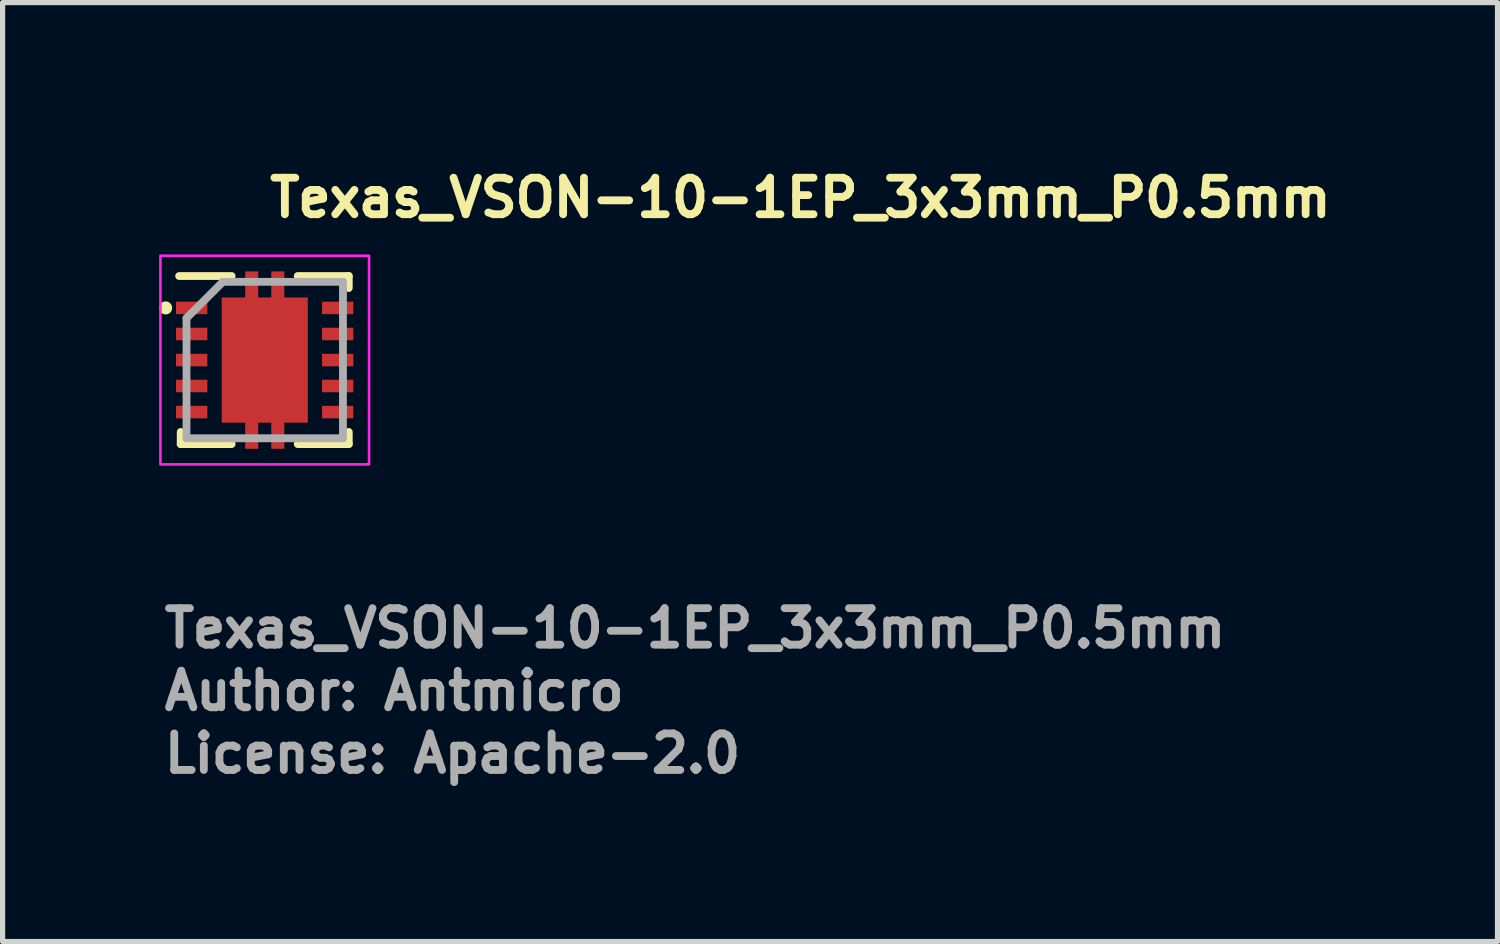
<source format=kicad_pcb>
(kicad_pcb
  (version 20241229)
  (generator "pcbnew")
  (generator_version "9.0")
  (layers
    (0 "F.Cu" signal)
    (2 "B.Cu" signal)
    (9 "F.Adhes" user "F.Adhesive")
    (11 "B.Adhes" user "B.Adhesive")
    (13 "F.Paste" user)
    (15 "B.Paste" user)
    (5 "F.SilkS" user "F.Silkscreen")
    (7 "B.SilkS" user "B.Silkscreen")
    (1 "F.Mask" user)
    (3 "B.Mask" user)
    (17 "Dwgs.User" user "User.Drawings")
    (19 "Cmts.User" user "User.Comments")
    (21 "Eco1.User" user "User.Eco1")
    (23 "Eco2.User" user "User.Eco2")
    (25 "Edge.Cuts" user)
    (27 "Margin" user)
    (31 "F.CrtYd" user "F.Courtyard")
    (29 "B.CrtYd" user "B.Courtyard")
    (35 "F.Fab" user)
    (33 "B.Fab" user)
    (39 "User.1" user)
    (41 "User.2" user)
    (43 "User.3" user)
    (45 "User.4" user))
  (footprint "Texas_VSON-10-1EP_3x3mm_P0.5mm"
    (layer "F.Cu")
    (at 2.025 3.852)
    (property "Reference" "Texas_VSON-10-1EP_3x3mm_P0.5mm" (at 0.02 -2.702 0) (layer "F.SilkS") (effects (font (size 0.7 0.7) (thickness 0.15)) (justify left bottom)))
    (attr smd)
    (fp_line (start -1.641 -1.611) (end -0.635 -1.611) (stroke (width 0.15) (type solid)) (layer "F.SilkS"))
    (fp_line (start -1.611 1.378) (end -1.611 1.61) (stroke (width 0.15) (type solid)) (layer "F.SilkS"))
    (fp_line (start -1.611 1.61) (end -0.635 1.61) (stroke (width 0.15) (type solid)) (layer "F.SilkS"))
    (fp_line (start 0.632 -1.611) (end 1.61 -1.611) (stroke (width 0.15) (type solid)) (layer "F.SilkS"))
    (fp_line (start 0.632 1.61) (end 1.61 1.61) (stroke (width 0.15) (type solid)) (layer "F.SilkS"))
    (fp_line (start 1.61 -1.611) (end 1.61 -1.381) (stroke (width 0.15) (type solid)) (layer "F.SilkS"))
    (fp_line (start 1.61 1.378) (end 1.61 1.61) (stroke (width 0.15) (type solid)) (layer "F.SilkS"))
    (fp_circle (center -1.9 -1) (end -1.85 -1) (stroke (width 0.15) (type solid)) (fill yes) (layer "F.SilkS"))
    (fp_rect (start -2 -2) (end 1.999 1.999) (stroke (width 0.05) (type solid)) (fill no) (layer "F.CrtYd"))
    (fp_line (start -1.5 -0.803) (end -1.5 1.499) (stroke (width 0.15) (type solid)) (layer "F.Fab"))
    (fp_line (start -1.5 -0.803) (end -0.803 -1.5) (stroke (width 0.15) (type solid)) (layer "F.Fab"))
    (fp_line (start -1.5 1.499) (end 1.499 1.499) (stroke (width 0.15) (type solid)) (layer "F.Fab"))
    (fp_line (start -0.803 -1.5) (end 1.499 -1.5) (stroke (width 0.15) (type solid)) (layer "F.Fab"))
    (fp_line (start 1.499 -1.5) (end 1.499 1.499) (stroke (width 0.15) (type solid)) (layer "F.Fab"))
    (fp_rect (start -1.5 -1.5) (end 1.499 1.499) (stroke (width 0.1) (type solid)) (fill no) (layer "User.5"))
    (fp_line (start -1.5 -1.121) (end -1.5 -0.88) (stroke (width 0.02) (type solid)) (layer "User.9"))
    (fp_line (start -1.5 -0.88) (end -1.49 -0.88) (stroke (width 0.02) (type solid)) (layer "User.9"))
    (fp_line (start -1.5 -0.62) (end -1.5 -0.38) (stroke (width 0.02) (type solid)) (layer "User.9"))
    (fp_line (start -1.5 -0.38) (end -1.49 -0.38) (stroke (width 0.02) (type solid)) (layer "User.9"))
    (fp_line (start -1.5 -0.12) (end -1.5 0.119) (stroke (width 0.02) (type solid)) (layer "User.9"))
    (fp_line (start -1.5 0.119) (end -1.49 0.119) (stroke (width 0.02) (type solid)) (layer "User.9"))
    (fp_line (start -1.5 0.378) (end -1.5 0.618) (stroke (width 0.02) (type solid)) (layer "User.9"))
    (fp_line (start -1.5 0.618) (end -1.49 0.618) (stroke (width 0.02) (type solid)) (layer "User.9"))
    (fp_line (start -1.5 0.878) (end -1.5 1.12) (stroke (width 0.02) (type solid)) (layer "User.9"))
    (fp_line (start -1.5 1.12) (end -1.49 1.12) (stroke (width 0.02) (type solid)) (layer "User.9"))
    (fp_line (start -1.49 -1.49) (end -1.49 1.489) (stroke (width 0.02) (type solid)) (layer "User.9"))
    (fp_line (start -1.49 -1.49) (end 1.489 -1.49) (stroke (width 0.02) (type solid)) (layer "User.9"))
    (fp_line (start -1.49 -1.121) (end -1.5 -1.121) (stroke (width 0.02) (type solid)) (layer "User.9"))
    (fp_line (start -1.49 -0.62) (end -1.5 -0.62) (stroke (width 0.02) (type solid)) (layer "User.9"))
    (fp_line (start -1.49 -0.12) (end -1.5 -0.12) (stroke (width 0.02) (type solid)) (layer "User.9"))
    (fp_line (start -1.49 0.378) (end -1.5 0.378) (stroke (width 0.02) (type solid)) (layer "User.9"))
    (fp_line (start -1.49 0.878) (end -1.5 0.878) (stroke (width 0.02) (type solid)) (layer "User.9"))
    (fp_line (start -1.49 1.489) (end 1.489 1.489) (stroke (width 0.02) (type solid)) (layer "User.9"))
    (fp_line (start -1.101 -0.817) (end -1.101 -0.802) (stroke (width 0.02) (type solid)) (layer "User.9"))
    (fp_line (start -1.101 -0.802) (end -1.101 -0.802) (stroke (width 0.02) (type solid)) (layer "User.9"))
    (fp_line (start -1.101 -0.802) (end -1.101 -0.786) (stroke (width 0.02) (type solid)) (layer "User.9"))
    (fp_line (start -1.101 -0.786) (end -1.099 -0.771) (stroke (width 0.02) (type solid)) (layer "User.9"))
    (fp_line (start -1.099 -0.832) (end -1.101 -0.817) (stroke (width 0.02) (type solid)) (layer "User.9"))
    (fp_line (start -1.099 -0.771) (end -1.097 -0.755) (stroke (width 0.02) (type solid)) (layer "User.9"))
    (fp_line (start -1.097 -0.846) (end -1.099 -0.832) (stroke (width 0.02) (type solid)) (layer "User.9"))
    (fp_line (start -1.097 -0.755) (end -1.095 -0.74) (stroke (width 0.02) (type solid)) (layer "User.9"))
    (fp_line (start -1.095 -0.861) (end -1.097 -0.846) (stroke (width 0.02) (type solid)) (layer "User.9"))
    (fp_line (start -1.095 -0.74) (end -1.091 -0.726) (stroke (width 0.02) (type solid)) (layer "User.9"))
    (fp_line (start -1.091 -0.875) (end -1.095 -0.861) (stroke (width 0.02) (type solid)) (layer "User.9"))
    (fp_line (start -1.091 -0.726) (end -1.087 -0.711) (stroke (width 0.02) (type solid)) (layer "User.9"))
    (fp_line (start -1.087 -0.89) (end -1.091 -0.875) (stroke (width 0.02) (type solid)) (layer "User.9"))
    (fp_line (start -1.087 -0.711) (end -1.083 -0.698) (stroke (width 0.02) (type solid)) (layer "User.9"))
    (fp_line (start -1.083 -0.905) (end -1.087 -0.89) (stroke (width 0.02) (type solid)) (layer "User.9"))
    (fp_line (start -1.083 -0.698) (end -1.077 -0.685) (stroke (width 0.02) (type solid)) (layer "User.9"))
    (fp_line (start -1.077 -0.918) (end -1.083 -0.905) (stroke (width 0.02) (type solid)) (layer "User.9"))
    (fp_line (start -1.077 -0.685) (end -1.071 -0.671) (stroke (width 0.02) (type solid)) (layer "User.9"))
    (fp_line (start -1.071 -0.932) (end -1.077 -0.918) (stroke (width 0.02) (type solid)) (layer "User.9"))
    (fp_line (start -1.071 -0.671) (end -1.065 -0.659) (stroke (width 0.02) (type solid)) (layer "User.9"))
    (fp_line (start -1.065 -0.944) (end -1.071 -0.932) (stroke (width 0.02) (type solid)) (layer "User.9"))
    (fp_line (start -1.065 -0.659) (end -1.057 -0.646) (stroke (width 0.02) (type solid)) (layer "User.9"))
    (fp_line (start -1.057 -0.957) (end -1.065 -0.944) (stroke (width 0.02) (type solid)) (layer "User.9"))
    (fp_line (start -1.057 -0.646) (end -1.049 -0.633) (stroke (width 0.02) (type solid)) (layer "User.9"))
    (fp_line (start -1.049 -0.968) (end -1.057 -0.957) (stroke (width 0.02) (type solid)) (layer "User.9"))
    (fp_line (start -1.049 -0.633) (end -1.041 -0.621) (stroke (width 0.02) (type solid)) (layer "User.9"))
    (fp_line (start -1.041 -0.98) (end -1.049 -0.968) (stroke (width 0.02) (type solid)) (layer "User.9"))
    (fp_line (start -1.041 -0.621) (end -1.033 -0.61) (stroke (width 0.02) (type solid)) (layer "User.9"))
    (fp_line (start -1.033 -0.991) (end -1.041 -0.98) (stroke (width 0.02) (type solid)) (layer "User.9"))
    (fp_line (start -1.033 -0.61) (end -1.024 -0.599) (stroke (width 0.02) (type solid)) (layer "User.9"))
    (fp_line (start -1.024 -1.002) (end -1.033 -0.991) (stroke (width 0.02) (type solid)) (layer "User.9"))
    (fp_line (start -1.024 -0.599) (end -1.014 -0.588) (stroke (width 0.02) (type solid)) (layer "User.9"))
    (fp_line (start -1.014 -1.014) (end -1.024 -1.002) (stroke (width 0.02) (type solid)) (layer "User.9"))
    (fp_line (start -1.014 -0.588) (end -1.002 -0.578) (stroke (width 0.02) (type solid)) (layer "User.9"))
    (fp_line (start -1.002 -1.024) (end -1.014 -1.014) (stroke (width 0.02) (type solid)) (layer "User.9"))
    (fp_line (start -1.002 -0.578) (end -0.991 -0.57) (stroke (width 0.02) (type solid)) (layer "User.9"))
    (fp_line (start -0.991 -1.033) (end -1.002 -1.024) (stroke (width 0.02) (type solid)) (layer "User.9"))
    (fp_line (start -0.991 -0.57) (end -0.98 -0.561) (stroke (width 0.02) (type solid)) (layer "User.9"))
    (fp_line (start -0.98 -1.041) (end -0.991 -1.033) (stroke (width 0.02) (type solid)) (layer "User.9"))
    (fp_line (start -0.98 -0.561) (end -0.968 -0.553) (stroke (width 0.02) (type solid)) (layer "User.9"))
    (fp_line (start -0.968 -1.049) (end -0.98 -1.041) (stroke (width 0.02) (type solid)) (layer "User.9"))
    (fp_line (start -0.968 -0.553) (end -0.957 -0.545) (stroke (width 0.02) (type solid)) (layer "User.9"))
    (fp_line (start -0.957 -1.057) (end -0.968 -1.049) (stroke (width 0.02) (type solid)) (layer "User.9"))
    (fp_line (start -0.957 -0.545) (end -0.944 -0.538) (stroke (width 0.02) (type solid)) (layer "User.9"))
    (fp_line (start -0.944 -1.065) (end -0.957 -1.057) (stroke (width 0.02) (type solid)) (layer "User.9"))
    (fp_line (start -0.944 -0.538) (end -0.932 -0.531) (stroke (width 0.02) (type solid)) (layer "User.9"))
    (fp_line (start -0.932 -1.071) (end -0.944 -1.065) (stroke (width 0.02) (type solid)) (layer "User.9"))
    (fp_line (start -0.932 -0.531) (end -0.918 -0.525) (stroke (width 0.02) (type solid)) (layer "User.9"))
    (fp_line (start -0.918 -1.077) (end -0.932 -1.071) (stroke (width 0.02) (type solid)) (layer "User.9"))
    (fp_line (start -0.918 -0.525) (end -0.905 -0.52) (stroke (width 0.02) (type solid)) (layer "User.9"))
    (fp_line (start -0.905 -1.083) (end -0.918 -1.077) (stroke (width 0.02) (type solid)) (layer "User.9"))
    (fp_line (start -0.905 -0.52) (end -0.89 -0.515) (stroke (width 0.02) (type solid)) (layer "User.9"))
    (fp_line (start -0.89 -1.087) (end -0.905 -1.083) (stroke (width 0.02) (type solid)) (layer "User.9"))
    (fp_line (start -0.89 -0.515) (end -0.875 -0.51) (stroke (width 0.02) (type solid)) (layer "User.9"))
    (fp_line (start -0.875 -1.091) (end -0.89 -1.087) (stroke (width 0.02) (type solid)) (layer "User.9"))
    (fp_line (start -0.875 -0.51) (end -0.861 -0.507) (stroke (width 0.02) (type solid)) (layer "User.9"))
    (fp_line (start -0.861 -1.095) (end -0.875 -1.091) (stroke (width 0.02) (type solid)) (layer "User.9"))
    (fp_line (start -0.861 -0.507) (end -0.846 -0.504) (stroke (width 0.02) (type solid)) (layer "User.9"))
    (fp_line (start -0.846 -1.097) (end -0.861 -1.095) (stroke (width 0.02) (type solid)) (layer "User.9"))
    (fp_line (start -0.846 -0.504) (end -0.832 -0.502) (stroke (width 0.02) (type solid)) (layer "User.9"))
    (fp_line (start -0.832 -1.099) (end -0.846 -1.097) (stroke (width 0.02) (type solid)) (layer "User.9"))
    (fp_line (start -0.832 -0.502) (end -0.817 -0.501) (stroke (width 0.02) (type solid)) (layer "User.9"))
    (fp_line (start -0.817 -1.101) (end -0.832 -1.099) (stroke (width 0.02) (type solid)) (layer "User.9"))
    (fp_line (start -0.817 -0.501) (end -0.802 -0.5) (stroke (width 0.02) (type solid)) (layer "User.9"))
    (fp_line (start -0.802 -1.101) (end -0.817 -1.101) (stroke (width 0.02) (type solid)) (layer "User.9"))
    (fp_line (start -0.802 -1.101) (end -0.802 -1.101) (stroke (width 0.02) (type solid)) (layer "User.9"))
    (fp_line (start -0.802 -0.5) (end -0.802 -0.5) (stroke (width 0.02) (type solid)) (layer "User.9"))
    (fp_line (start -0.802 -0.5) (end -0.786 -0.501) (stroke (width 0.02) (type solid)) (layer "User.9"))
    (fp_line (start -0.786 -1.101) (end -0.802 -1.101) (stroke (width 0.02) (type solid)) (layer "User.9"))
    (fp_line (start -0.786 -0.501) (end -0.771 -0.502) (stroke (width 0.02) (type solid)) (layer "User.9"))
    (fp_line (start -0.771 -1.099) (end -0.786 -1.101) (stroke (width 0.02) (type solid)) (layer "User.9"))
    (fp_line (start -0.771 -0.502) (end -0.755 -0.504) (stroke (width 0.02) (type solid)) (layer "User.9"))
    (fp_line (start -0.755 -1.097) (end -0.771 -1.099) (stroke (width 0.02) (type solid)) (layer "User.9"))
    (fp_line (start -0.755 -0.504) (end -0.74 -0.507) (stroke (width 0.02) (type solid)) (layer "User.9"))
    (fp_line (start -0.74 -1.095) (end -0.755 -1.097) (stroke (width 0.02) (type solid)) (layer "User.9"))
    (fp_line (start -0.74 -0.507) (end -0.726 -0.51) (stroke (width 0.02) (type solid)) (layer "User.9"))
    (fp_line (start -0.726 -1.091) (end -0.74 -1.095) (stroke (width 0.02) (type solid)) (layer "User.9"))
    (fp_line (start -0.726 -0.51) (end -0.711 -0.515) (stroke (width 0.02) (type solid)) (layer "User.9"))
    (fp_line (start -0.711 -1.087) (end -0.726 -1.091) (stroke (width 0.02) (type solid)) (layer "User.9"))
    (fp_line (start -0.711 -0.515) (end -0.698 -0.52) (stroke (width 0.02) (type solid)) (layer "User.9"))
    (fp_line (start -0.698 -1.083) (end -0.711 -1.087) (stroke (width 0.02) (type solid)) (layer "User.9"))
    (fp_line (start -0.698 -0.52) (end -0.685 -0.525) (stroke (width 0.02) (type solid)) (layer "User.9"))
    (fp_line (start -0.685 -1.077) (end -0.698 -1.083) (stroke (width 0.02) (type solid)) (layer "User.9"))
    (fp_line (start -0.685 -0.525) (end -0.671 -0.531) (stroke (width 0.02) (type solid)) (layer "User.9"))
    (fp_line (start -0.671 -1.071) (end -0.685 -1.077) (stroke (width 0.02) (type solid)) (layer "User.9"))
    (fp_line (start -0.671 -0.531) (end -0.659 -0.538) (stroke (width 0.02) (type solid)) (layer "User.9"))
    (fp_line (start -0.659 -1.065) (end -0.671 -1.071) (stroke (width 0.02) (type solid)) (layer "User.9"))
    (fp_line (start -0.659 -0.538) (end -0.646 -0.545) (stroke (width 0.02) (type solid)) (layer "User.9"))
    (fp_line (start -0.646 -1.057) (end -0.659 -1.065) (stroke (width 0.02) (type solid)) (layer "User.9"))
    (fp_line (start -0.646 -0.545) (end -0.633 -0.553) (stroke (width 0.02) (type solid)) (layer "User.9"))
    (fp_line (start -0.633 -1.049) (end -0.646 -1.057) (stroke (width 0.02) (type solid)) (layer "User.9"))
    (fp_line (start -0.633 -0.553) (end -0.621 -0.561) (stroke (width 0.02) (type solid)) (layer "User.9"))
    (fp_line (start -0.621 -1.041) (end -0.633 -1.049) (stroke (width 0.02) (type solid)) (layer "User.9"))
    (fp_line (start -0.621 -0.561) (end -0.61 -0.57) (stroke (width 0.02) (type solid)) (layer "User.9"))
    (fp_line (start -0.61 -1.033) (end -0.621 -1.041) (stroke (width 0.02) (type solid)) (layer "User.9"))
    (fp_line (start -0.61 -0.57) (end -0.599 -0.578) (stroke (width 0.02) (type solid)) (layer "User.9"))
    (fp_line (start -0.599 -1.024) (end -0.61 -1.033) (stroke (width 0.02) (type solid)) (layer "User.9"))
    (fp_line (start -0.599 -0.578) (end -0.588 -0.588) (stroke (width 0.02) (type solid)) (layer "User.9"))
    (fp_line (start -0.588 -1.014) (end -0.599 -1.024) (stroke (width 0.02) (type solid)) (layer "User.9"))
    (fp_line (start -0.588 -0.588) (end -0.578 -0.599) (stroke (width 0.02) (type solid)) (layer "User.9"))
    (fp_line (start -0.578 -1.002) (end -0.588 -1.014) (stroke (width 0.02) (type solid)) (layer "User.9"))
    (fp_line (start -0.578 -0.599) (end -0.57 -0.61) (stroke (width 0.02) (type solid)) (layer "User.9"))
    (fp_line (start -0.57 -0.991) (end -0.578 -1.002) (stroke (width 0.02) (type solid)) (layer "User.9"))
    (fp_line (start -0.57 -0.61) (end -0.561 -0.621) (stroke (width 0.02) (type solid)) (layer "User.9"))
    (fp_line (start -0.561 -0.98) (end -0.57 -0.991) (stroke (width 0.02) (type solid)) (layer "User.9"))
    (fp_line (start -0.561 -0.621) (end -0.553 -0.633) (stroke (width 0.02) (type solid)) (layer "User.9"))
    (fp_line (start -0.553 -0.968) (end -0.561 -0.98) (stroke (width 0.02) (type solid)) (layer "User.9"))
    (fp_line (start -0.553 -0.633) (end -0.545 -0.646) (stroke (width 0.02) (type solid)) (layer "User.9"))
    (fp_line (start -0.545 -0.957) (end -0.553 -0.968) (stroke (width 0.02) (type solid)) (layer "User.9"))
    (fp_line (start -0.545 -0.646) (end -0.538 -0.659) (stroke (width 0.02) (type solid)) (layer "User.9"))
    (fp_line (start -0.538 -0.944) (end -0.545 -0.957) (stroke (width 0.02) (type solid)) (layer "User.9"))
    (fp_line (start -0.538 -0.659) (end -0.531 -0.671) (stroke (width 0.02) (type solid)) (layer "User.9"))
    (fp_line (start -0.531 -0.932) (end -0.538 -0.944) (stroke (width 0.02) (type solid)) (layer "User.9"))
    (fp_line (start -0.531 -0.671) (end -0.525 -0.685) (stroke (width 0.02) (type solid)) (layer "User.9"))
    (fp_line (start -0.525 -0.918) (end -0.531 -0.932) (stroke (width 0.02) (type solid)) (layer "User.9"))
    (fp_line (start -0.525 -0.685) (end -0.52 -0.698) (stroke (width 0.02) (type solid)) (layer "User.9"))
    (fp_line (start -0.52 -0.905) (end -0.525 -0.918) (stroke (width 0.02) (type solid)) (layer "User.9"))
    (fp_line (start -0.52 -0.698) (end -0.515 -0.711) (stroke (width 0.02) (type solid)) (layer "User.9"))
    (fp_line (start -0.515 -0.89) (end -0.52 -0.905) (stroke (width 0.02) (type solid)) (layer "User.9"))
    (fp_line (start -0.515 -0.711) (end -0.51 -0.726) (stroke (width 0.02) (type solid)) (layer "User.9"))
    (fp_line (start -0.51 -0.875) (end -0.515 -0.89) (stroke (width 0.02) (type solid)) (layer "User.9"))
    (fp_line (start -0.51 -0.726) (end -0.507 -0.74) (stroke (width 0.02) (type solid)) (layer "User.9"))
    (fp_line (start -0.507 -0.861) (end -0.51 -0.875) (stroke (width 0.02) (type solid)) (layer "User.9"))
    (fp_line (start -0.507 -0.74) (end -0.504 -0.755) (stroke (width 0.02) (type solid)) (layer "User.9"))
    (fp_line (start -0.504 -0.846) (end -0.507 -0.861) (stroke (width 0.02) (type solid)) (layer "User.9"))
    (fp_line (start -0.504 -0.755) (end -0.502 -0.771) (stroke (width 0.02) (type solid)) (layer "User.9"))
    (fp_line (start -0.502 -0.832) (end -0.504 -0.846) (stroke (width 0.02) (type solid)) (layer "User.9"))
    (fp_line (start -0.502 -0.771) (end -0.501 -0.786) (stroke (width 0.02) (type solid)) (layer "User.9"))
    (fp_line (start -0.501 -0.817) (end -0.502 -0.832) (stroke (width 0.02) (type solid)) (layer "User.9"))
    (fp_line (start -0.501 -0.786) (end -0.5 -0.802) (stroke (width 0.02) (type solid)) (layer "User.9"))
    (fp_line (start -0.5 -0.802) (end -0.501 -0.817) (stroke (width 0.02) (type solid)) (layer "User.9"))
    (fp_line (start -0.5 -0.802) (end -0.5 -0.802) (stroke (width 0.02) (type solid)) (layer "User.9"))
    (fp_line (start -0.5 -0.802) (end -0.5 -0.802) (stroke (width 0.02) (type solid)) (layer "User.9"))
    (fp_line (start -0.37 -1.5) (end -0.37 -1.49) (stroke (width 0.02) (type solid)) (layer "User.9"))
    (fp_line (start -0.37 1.489) (end -0.37 1.499) (stroke (width 0.02) (type solid)) (layer "User.9"))
    (fp_line (start -0.37 1.499) (end -0.132 1.499) (stroke (width 0.02) (type solid)) (layer "User.9"))
    (fp_line (start -0.132 -1.5) (end -0.37 -1.5) (stroke (width 0.02) (type solid)) (layer "User.9"))
    (fp_line (start -0.132 -1.49) (end -0.132 -1.5) (stroke (width 0.02) (type solid)) (layer "User.9"))
    (fp_line (start -0.132 1.499) (end -0.132 1.489) (stroke (width 0.02) (type solid)) (layer "User.9"))
    (fp_line (start 0.13 -1.5) (end 0.13 -1.49) (stroke (width 0.02) (type solid)) (layer "User.9"))
    (fp_line (start 0.13 1.489) (end 0.13 1.499) (stroke (width 0.02) (type solid)) (layer "User.9"))
    (fp_line (start 0.13 1.499) (end 0.368 1.499) (stroke (width 0.02) (type solid)) (layer "User.9"))
    (fp_line (start 0.368 -1.5) (end 0.13 -1.5) (stroke (width 0.02) (type solid)) (layer "User.9"))
    (fp_line (start 0.368 -1.49) (end 0.368 -1.5) (stroke (width 0.02) (type solid)) (layer "User.9"))
    (fp_line (start 0.368 1.499) (end 0.368 1.489) (stroke (width 0.02) (type solid)) (layer "User.9"))
    (fp_line (start 1.489 -1.49) (end 1.489 1.489) (stroke (width 0.02) (type solid)) (layer "User.9"))
    (fp_line (start 1.489 -0.88) (end 1.499 -0.88) (stroke (width 0.02) (type solid)) (layer "User.9"))
    (fp_line (start 1.489 -0.38) (end 1.499 -0.38) (stroke (width 0.02) (type solid)) (layer "User.9"))
    (fp_line (start 1.489 0.119) (end 1.499 0.119) (stroke (width 0.02) (type solid)) (layer "User.9"))
    (fp_line (start 1.489 0.618) (end 1.499 0.618) (stroke (width 0.02) (type solid)) (layer "User.9"))
    (fp_line (start 1.489 1.12) (end 1.499 1.12) (stroke (width 0.02) (type solid)) (layer "User.9"))
    (fp_line (start 1.499 -1.121) (end 1.489 -1.121) (stroke (width 0.02) (type solid)) (layer "User.9"))
    (fp_line (start 1.499 -0.88) (end 1.499 -1.121) (stroke (width 0.02) (type solid)) (layer "User.9"))
    (fp_line (start 1.499 -0.62) (end 1.489 -0.62) (stroke (width 0.02) (type solid)) (layer "User.9"))
    (fp_line (start 1.499 -0.38) (end 1.499 -0.62) (stroke (width 0.02) (type solid)) (layer "User.9"))
    (fp_line (start 1.499 -0.12) (end 1.489 -0.12) (stroke (width 0.02) (type solid)) (layer "User.9"))
    (fp_line (start 1.499 0.119) (end 1.499 -0.12) (stroke (width 0.02) (type solid)) (layer "User.9"))
    (fp_line (start 1.499 0.378) (end 1.489 0.378) (stroke (width 0.02) (type solid)) (layer "User.9"))
    (fp_line (start 1.499 0.618) (end 1.499 0.378) (stroke (width 0.02) (type solid)) (layer "User.9"))
    (fp_line (start 1.499 0.878) (end 1.489 0.878) (stroke (width 0.02) (type solid)) (layer "User.9"))
    (fp_line (start 1.499 1.12) (end 1.499 0.878) (stroke (width 0.02) (type solid)) (layer "User.9"))
    (fp_text user "License: Apache-2.0" (at -2 7.95 0) (layer "F.Fab") (effects (font (size 0.7 0.7) (thickness 0.15)) (justify left bottom)))
    (fp_text user "Author: Antmicro" (at -2 6.749 0) (layer "F.Fab") (effects (font (size 0.7 0.7) (thickness 0.15)) (justify left bottom)))
    (fp_text user "${REFERENCE}" (at -2 5.549 0) (layer "F.Fab") (effects (font (size 0.7 0.7) (thickness 0.15)) (justify left bottom)))
    (pad "" smd roundrect (at -0.25 -1.53) (size 0.25 0.34) (layers "F.Paste") (roundrect_rratio 0.1))
    (pad "" smd roundrect (at -0.25 1.527) (size 0.25 0.34) (layers "F.Paste") (roundrect_rratio 0.1))
    (pad "" smd roundrect (at 0 -0.63) (size 1.5 1.06) (layers "F.Paste") (roundrect_rratio 0.1))
    (pad "" smd roundrect (at 0 0.627) (size 1.5 1.06) (layers "F.Paste") (roundrect_rratio 0.1))
    (pad "" smd roundrect (at 0.247 -1.53) (size 0.25 0.34) (layers "F.Paste") (roundrect_rratio 0.1))
    (pad "" smd roundrect (at 0.247 1.527) (size 0.25 0.34) (layers "F.Paste") (roundrect_rratio 0.1))
    (pad "1" smd rect (at -1.401 -1) (size 0.6 0.24) (layers "F.Cu" "F.Mask" "F.Paste"))
    (pad "2" smd rect (at -1.401 -0.5) (size 0.6 0.24) (layers "F.Cu" "F.Mask" "F.Paste"))
    (pad "3" smd rect (at -1.401 0) (size 0.6 0.24) (layers "F.Cu" "F.Mask" "F.Paste"))
    (pad "4" smd rect (at -1.401 0.497) (size 0.6 0.24) (layers "F.Cu" "F.Mask" "F.Paste"))
    (pad "5" smd rect (at -1.401 0.997) (size 0.6 0.24) (layers "F.Cu" "F.Mask" "F.Paste"))
    (pad "6" smd rect (at 1.398 0.997) (size 0.6 0.24) (layers "F.Cu" "F.Mask" "F.Paste"))
    (pad "7" smd rect (at 1.398 0.497) (size 0.6 0.24) (layers "F.Cu" "F.Mask" "F.Paste"))
    (pad "8" smd rect (at 1.398 0) (size 0.6 0.24) (layers "F.Cu" "F.Mask" "F.Paste"))
    (pad "9" smd rect (at 1.398 -0.5) (size 0.6 0.24) (layers "F.Cu" "F.Mask" "F.Paste"))
    (pad "10" smd rect (at 1.398 -1) (size 0.6 0.24) (layers "F.Cu" "F.Mask" "F.Paste"))
    (pad "11" smd custom (at 0 0) (size 1.65 2.4) (layers "F.Cu" "F.Mask") (options (anchor rect)) (primitives (gr_poly (pts (xy -0.125 -1.1) (xy 0.125 -1.1) (xy 0.125 -1.7) (xy 0.375 -1.7) (xy 0.375 1.7) (xy 0.125 1.7) (xy 0.125 1.1) (xy -0.125 1.1) (xy -0.125 1.7) (xy -0.375 1.7) (xy -0.375 -1.7) (xy -0.125 -1.7)) (width 0) (fill yes)))))
  (gr_rect
    (start -3 -3)
    (end 25.655 14.998)
    (stroke (width 0.1) (type default))
    (fill no)
    (layer "Edge.Cuts")))
</source>
